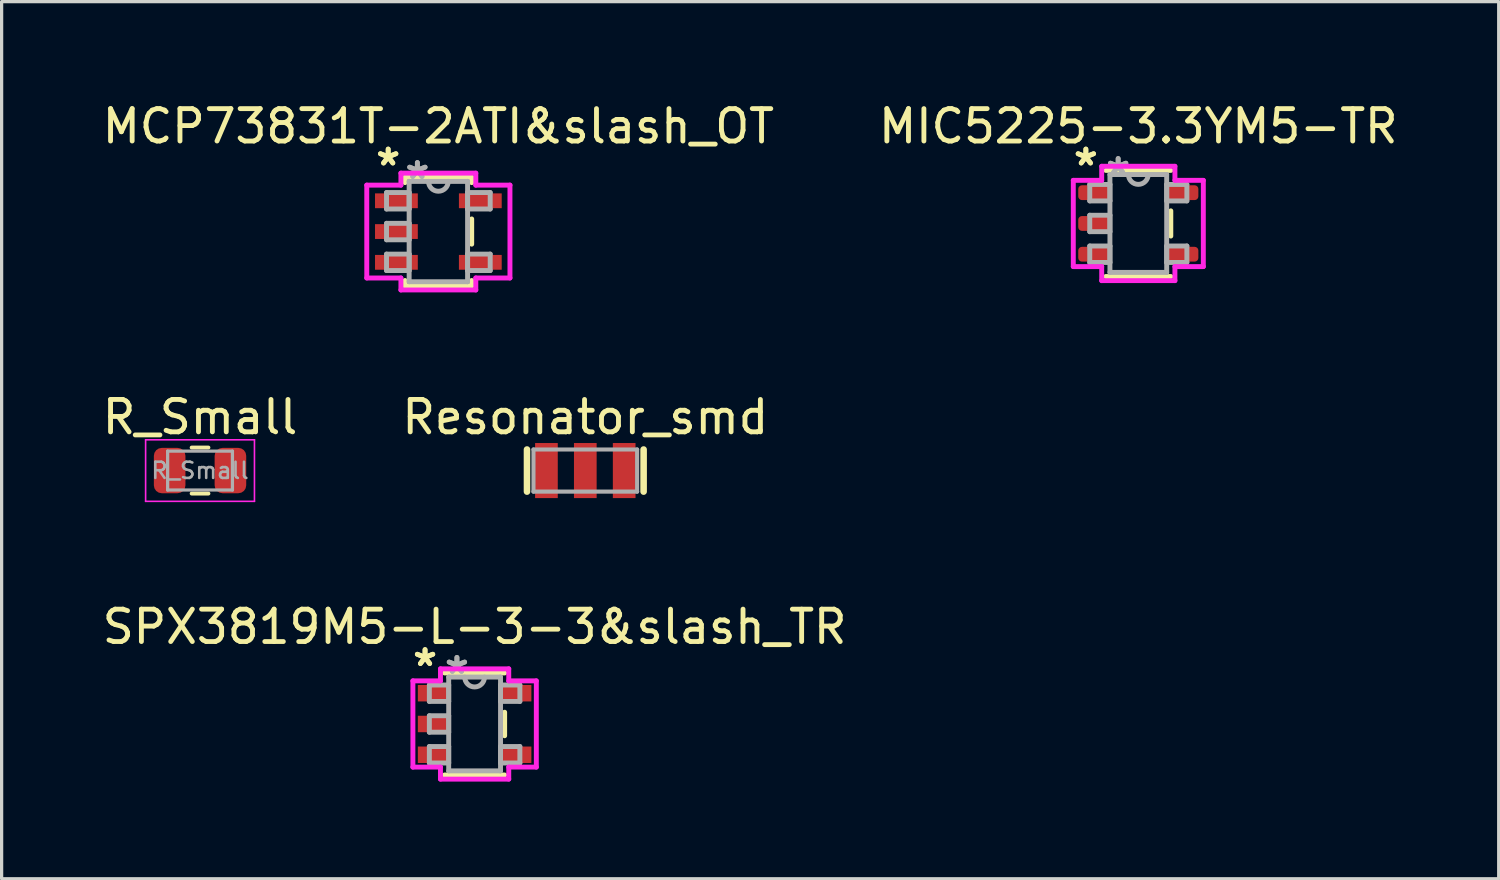
<source format=kicad_pcb>
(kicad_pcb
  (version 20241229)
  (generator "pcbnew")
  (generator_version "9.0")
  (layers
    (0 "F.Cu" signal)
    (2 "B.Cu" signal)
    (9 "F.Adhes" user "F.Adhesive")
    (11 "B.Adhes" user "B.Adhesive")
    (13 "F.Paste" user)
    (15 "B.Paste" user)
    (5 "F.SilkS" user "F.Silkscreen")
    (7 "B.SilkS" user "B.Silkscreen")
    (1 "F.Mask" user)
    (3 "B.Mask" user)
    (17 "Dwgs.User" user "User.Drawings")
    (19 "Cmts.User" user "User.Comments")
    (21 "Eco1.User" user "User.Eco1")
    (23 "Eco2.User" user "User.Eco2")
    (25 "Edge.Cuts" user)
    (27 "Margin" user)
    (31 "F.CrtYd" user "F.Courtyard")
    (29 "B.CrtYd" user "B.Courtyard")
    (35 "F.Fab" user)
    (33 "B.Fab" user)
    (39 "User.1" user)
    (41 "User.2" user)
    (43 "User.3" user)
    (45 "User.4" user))
  (footprint "SPX3819M5-L-3-3&slash_TR"
    (layer "F.Cu")
    (at 11.601 19.299)
    (property "Reference" "SPX3819M5-L-3-3&slash_TR" (at 0 -3 0) (layer "F.SilkS") (effects (font (size 1 1) (thickness 0.15))))
    (attr smd)
    (fp_line (start -0.927 1.575) (end 0.927 1.575) (stroke (width 0.152) (type solid)) (layer "F.SilkS"))
    (fp_line (start 0.927 -1.575) (end -0.927 -1.575) (stroke (width 0.152) (type solid)) (layer "F.SilkS"))
    (fp_line (start 0.927 0.363) (end 0.927 -0.363) (stroke (width 0.152) (type solid)) (layer "F.SilkS"))
    (fp_line (start -1.905 -1.331) (end -1.054 -1.331) (stroke (width 0.152) (type solid)) (layer "F.CrtYd"))
    (fp_line (start -1.905 1.331) (end -1.905 -1.331) (stroke (width 0.152) (type solid)) (layer "F.CrtYd"))
    (fp_line (start -1.054 -1.702) (end 1.054 -1.702) (stroke (width 0.152) (type solid)) (layer "F.CrtYd"))
    (fp_line (start -1.054 -1.331) (end -1.054 -1.702) (stroke (width 0.152) (type solid)) (layer "F.CrtYd"))
    (fp_line (start -1.054 1.331) (end -1.905 1.331) (stroke (width 0.152) (type solid)) (layer "F.CrtYd"))
    (fp_line (start -1.054 1.702) (end -1.054 1.331) (stroke (width 0.152) (type solid)) (layer "F.CrtYd"))
    (fp_line (start 1.054 -1.702) (end 1.054 -1.331) (stroke (width 0.152) (type solid)) (layer "F.CrtYd"))
    (fp_line (start 1.054 -1.331) (end 1.905 -1.331) (stroke (width 0.152) (type solid)) (layer "F.CrtYd"))
    (fp_line (start 1.054 1.331) (end 1.054 1.702) (stroke (width 0.152) (type solid)) (layer "F.CrtYd"))
    (fp_line (start 1.054 1.702) (end -1.054 1.702) (stroke (width 0.152) (type solid)) (layer "F.CrtYd"))
    (fp_line (start 1.905 -1.331) (end 1.905 1.331) (stroke (width 0.152) (type solid)) (layer "F.CrtYd"))
    (fp_line (start 1.905 1.331) (end 1.054 1.331) (stroke (width 0.152) (type solid)) (layer "F.CrtYd"))
    (fp_line (start -1.397 -1.204) (end -1.397 -0.696) (stroke (width 0.152) (type solid)) (layer "F.Fab"))
    (fp_line (start -1.397 -0.696) (end -0.8 -0.696) (stroke (width 0.152) (type solid)) (layer "F.Fab"))
    (fp_line (start -1.397 -0.254) (end -1.397 0.254) (stroke (width 0.152) (type solid)) (layer "F.Fab"))
    (fp_line (start -1.397 0.254) (end -0.8 0.254) (stroke (width 0.152) (type solid)) (layer "F.Fab"))
    (fp_line (start -1.397 0.696) (end -1.397 1.204) (stroke (width 0.152) (type solid)) (layer "F.Fab"))
    (fp_line (start -1.397 1.204) (end -0.8 1.204) (stroke (width 0.152) (type solid)) (layer "F.Fab"))
    (fp_line (start -0.8 -1.448) (end -0.8 1.448) (stroke (width 0.152) (type solid)) (layer "F.Fab"))
    (fp_line (start -0.8 -1.204) (end -1.397 -1.204) (stroke (width 0.152) (type solid)) (layer "F.Fab"))
    (fp_line (start -0.8 -0.696) (end -0.8 -1.204) (stroke (width 0.152) (type solid)) (layer "F.Fab"))
    (fp_line (start -0.8 -0.254) (end -1.397 -0.254) (stroke (width 0.152) (type solid)) (layer "F.Fab"))
    (fp_line (start -0.8 0.254) (end -0.8 -0.254) (stroke (width 0.152) (type solid)) (layer "F.Fab"))
    (fp_line (start -0.8 0.696) (end -1.397 0.696) (stroke (width 0.152) (type solid)) (layer "F.Fab"))
    (fp_line (start -0.8 1.204) (end -0.8 0.696) (stroke (width 0.152) (type solid)) (layer "F.Fab"))
    (fp_line (start -0.8 1.448) (end 0.8 1.448) (stroke (width 0.152) (type solid)) (layer "F.Fab"))
    (fp_line (start 0.8 -1.448) (end -0.8 -1.448) (stroke (width 0.152) (type solid)) (layer "F.Fab"))
    (fp_line (start 0.8 -1.204) (end 0.8 -0.696) (stroke (width 0.152) (type solid)) (layer "F.Fab"))
    (fp_line (start 0.8 -0.696) (end 1.397 -0.696) (stroke (width 0.152) (type solid)) (layer "F.Fab"))
    (fp_line (start 0.8 0.696) (end 0.8 1.204) (stroke (width 0.152) (type solid)) (layer "F.Fab"))
    (fp_line (start 0.8 1.204) (end 1.397 1.204) (stroke (width 0.152) (type solid)) (layer "F.Fab"))
    (fp_line (start 0.8 1.448) (end 0.8 -1.448) (stroke (width 0.152) (type solid)) (layer "F.Fab"))
    (fp_line (start 1.397 -1.204) (end 0.8 -1.204) (stroke (width 0.152) (type solid)) (layer "F.Fab"))
    (fp_line (start 1.397 -0.696) (end 1.397 -1.204) (stroke (width 0.152) (type solid)) (layer "F.Fab"))
    (fp_line (start 1.397 0.696) (end 0.8 0.696) (stroke (width 0.152) (type solid)) (layer "F.Fab"))
    (fp_line (start 1.397 1.204) (end 1.397 0.696) (stroke (width 0.152) (type solid)) (layer "F.Fab"))
    (fp_arc (start 0.3048 -1.4478) (mid 0 -1.143) (end -0.3048 -1.4478) (stroke (width 0.1524) (type solid)) (layer "F.Fab"))
    (fp_text user "*" (at -1.53 -1.75 0) (layer "F.SilkS") (effects (font (size 1 1) (thickness 0.15))))
    (fp_text user "*" (at -1.53 -1.75 0) (layer "F.SilkS") (effects (font (size 1 1) (thickness 0.15))))
    (fp_text user "*" (at -0.546 -1.509 0) (layer "F.Fab") (effects (font (size 1 1) (thickness 0.15))))
    (fp_text user "*" (at -0.546 -1.509 0) (layer "F.Fab") (effects (font (size 1 1) (thickness 0.15))))
    (pad "1" smd rect (at -1.276 -0.95) (size 0.953 0.508) (layers "F.Cu" "F.Mask" "F.Paste"))
    (pad "2" smd rect (at -1.276 0) (size 0.953 0.508) (layers "F.Cu" "F.Mask" "F.Paste"))
    (pad "3" smd rect (at -1.276 0.95) (size 0.953 0.508) (layers "F.Cu" "F.Mask" "F.Paste"))
    (pad "4" smd rect (at 1.276 0.95) (size 0.953 0.508) (layers "F.Cu" "F.Mask" "F.Paste"))
    (pad "5" smd rect (at 1.276 -0.95) (size 0.953 0.508) (layers "F.Cu" "F.Mask" "F.Paste")))
  (footprint "Resonator_smd"
    (layer "F.Cu")
    (at 15.018 11.476)
    (property "Reference" "Resonator_smd" (at 0 -1.65 180) (layer "F.SilkS") (effects (font (size 1 1) (thickness 0.15))))
    (attr smd)
    (fp_line (start -1.8 0.65) (end -1.8 -0.65) (stroke (width 0.203) (type solid)) (layer "F.SilkS"))
    (fp_line (start 1.8 -0.65) (end 1.8 0.65) (stroke (width 0.203) (type solid)) (layer "F.SilkS"))
    (fp_line (start -1.6 -0.65) (end 1.6 -0.65) (stroke (width 0.127) (type solid)) (layer "F.Fab"))
    (fp_line (start -1.6 0.65) (end -1.6 -0.65) (stroke (width 0.127) (type solid)) (layer "F.Fab"))
    (fp_line (start 1.6 -0.65) (end 1.6 0.65) (stroke (width 0.127) (type solid)) (layer "F.Fab"))
    (fp_line (start 1.6 0.65) (end -1.6 0.65) (stroke (width 0.127) (type solid)) (layer "F.Fab"))
    (pad "1" smd rect (at -1.2 0) (size 0.7 1.7) (layers "F.Cu" "F.Mask" "F.Paste"))
    (pad "2" smd rect (at 0 0) (size 0.7 1.7) (layers "F.Cu" "F.Mask" "F.Paste"))
    (pad "3" smd rect (at 1.2 0) (size 0.7 1.7) (layers "F.Cu" "F.Mask" "F.Paste")))
  (footprint "MIC5225-3.3YM5-TR"
    (layer "F.Cu")
    (at 32.089 3.848)
    (property "Reference" "MIC5225-3.3YM5-TR" (at 0 -3 0) (layer "F.SilkS") (effects (font (size 1 1) (thickness 0.15))))
    (attr smd)
    (fp_line (start -1.003 1.638) (end 1.003 1.638) (stroke (width 0.152) (type solid)) (layer "F.SilkS"))
    (fp_line (start 1.003 -1.638) (end -1.003 -1.638) (stroke (width 0.152) (type solid)) (layer "F.SilkS"))
    (fp_line (start 1.003 0.389) (end 1.003 -0.389) (stroke (width 0.152) (type solid)) (layer "F.SilkS"))
    (fp_line (start -2.007 -1.331) (end -1.13 -1.331) (stroke (width 0.152) (type solid)) (layer "F.CrtYd"))
    (fp_line (start -2.007 1.331) (end -2.007 -1.331) (stroke (width 0.152) (type solid)) (layer "F.CrtYd"))
    (fp_line (start -1.13 -1.765) (end 1.13 -1.765) (stroke (width 0.152) (type solid)) (layer "F.CrtYd"))
    (fp_line (start -1.13 -1.331) (end -1.13 -1.765) (stroke (width 0.152) (type solid)) (layer "F.CrtYd"))
    (fp_line (start -1.13 1.331) (end -2.007 1.331) (stroke (width 0.152) (type solid)) (layer "F.CrtYd"))
    (fp_line (start -1.13 1.765) (end -1.13 1.331) (stroke (width 0.152) (type solid)) (layer "F.CrtYd"))
    (fp_line (start 1.13 -1.765) (end 1.13 -1.331) (stroke (width 0.152) (type solid)) (layer "F.CrtYd"))
    (fp_line (start 1.13 -1.331) (end 2.007 -1.331) (stroke (width 0.152) (type solid)) (layer "F.CrtYd"))
    (fp_line (start 1.13 1.331) (end 1.13 1.765) (stroke (width 0.152) (type solid)) (layer "F.CrtYd"))
    (fp_line (start 1.13 1.765) (end -1.13 1.765) (stroke (width 0.152) (type solid)) (layer "F.CrtYd"))
    (fp_line (start 2.007 -1.331) (end 2.007 1.331) (stroke (width 0.152) (type solid)) (layer "F.CrtYd"))
    (fp_line (start 2.007 1.331) (end 1.13 1.331) (stroke (width 0.152) (type solid)) (layer "F.CrtYd"))
    (fp_line (start -1.499 -1.204) (end -1.499 -0.696) (stroke (width 0.152) (type solid)) (layer "F.Fab"))
    (fp_line (start -1.499 -0.696) (end -0.876 -0.696) (stroke (width 0.152) (type solid)) (layer "F.Fab"))
    (fp_line (start -1.499 -0.254) (end -1.499 0.254) (stroke (width 0.152) (type solid)) (layer "F.Fab"))
    (fp_line (start -1.499 0.254) (end -0.876 0.254) (stroke (width 0.152) (type solid)) (layer "F.Fab"))
    (fp_line (start -1.499 0.696) (end -1.499 1.204) (stroke (width 0.152) (type solid)) (layer "F.Fab"))
    (fp_line (start -1.499 1.204) (end -0.876 1.204) (stroke (width 0.152) (type solid)) (layer "F.Fab"))
    (fp_line (start -0.876 -1.511) (end -0.876 1.511) (stroke (width 0.152) (type solid)) (layer "F.Fab"))
    (fp_line (start -0.876 -1.204) (end -1.499 -1.204) (stroke (width 0.152) (type solid)) (layer "F.Fab"))
    (fp_line (start -0.876 -0.696) (end -0.876 -1.204) (stroke (width 0.152) (type solid)) (layer "F.Fab"))
    (fp_line (start -0.876 -0.254) (end -1.499 -0.254) (stroke (width 0.152) (type solid)) (layer "F.Fab"))
    (fp_line (start -0.876 0.254) (end -0.876 -0.254) (stroke (width 0.152) (type solid)) (layer "F.Fab"))
    (fp_line (start -0.876 0.696) (end -1.499 0.696) (stroke (width 0.152) (type solid)) (layer "F.Fab"))
    (fp_line (start -0.876 1.204) (end -0.876 0.696) (stroke (width 0.152) (type solid)) (layer "F.Fab"))
    (fp_line (start -0.876 1.511) (end 0.876 1.511) (stroke (width 0.152) (type solid)) (layer "F.Fab"))
    (fp_line (start 0.876 -1.511) (end -0.876 -1.511) (stroke (width 0.152) (type solid)) (layer "F.Fab"))
    (fp_line (start 0.876 -1.204) (end 0.876 -0.696) (stroke (width 0.152) (type solid)) (layer "F.Fab"))
    (fp_line (start 0.876 -0.696) (end 1.499 -0.696) (stroke (width 0.152) (type solid)) (layer "F.Fab"))
    (fp_line (start 0.876 0.696) (end 0.876 1.204) (stroke (width 0.152) (type solid)) (layer "F.Fab"))
    (fp_line (start 0.876 1.204) (end 1.499 1.204) (stroke (width 0.152) (type solid)) (layer "F.Fab"))
    (fp_line (start 0.876 1.511) (end 0.876 -1.511) (stroke (width 0.152) (type solid)) (layer "F.Fab"))
    (fp_line (start 1.499 -1.204) (end 0.876 -1.204) (stroke (width 0.152) (type solid)) (layer "F.Fab"))
    (fp_line (start 1.499 -0.696) (end 1.499 -1.204) (stroke (width 0.152) (type solid)) (layer "F.Fab"))
    (fp_line (start 1.499 0.696) (end 0.876 0.696) (stroke (width 0.152) (type solid)) (layer "F.Fab"))
    (fp_line (start 1.499 1.204) (end 1.499 0.696) (stroke (width 0.152) (type solid)) (layer "F.Fab"))
    (fp_arc (start 0.3048 -1.5113) (mid 0 -1.2065) (end -0.3048 -1.5113) (stroke (width 0.1524) (type solid)) (layer "F.Fab"))
    (fp_text user "*" (at -1.619 -1.75 0) (layer "F.SilkS") (effects (font (size 1 1) (thickness 0.15))))
    (fp_text user "*" (at -1.619 -1.75 0) (layer "F.SilkS") (effects (font (size 1 1) (thickness 0.15))))
    (fp_text user "*" (at -0.622 -1.458 0) (layer "F.Fab") (effects (font (size 1 1) (thickness 0.15))))
    (fp_text user "*" (at -0.622 -1.458 0) (layer "F.Fab") (effects (font (size 1 1) (thickness 0.15))))
    (pad "1" smd roundrect (at -1.365 -0.95) (size 0.978 0.457) (layers "F.Cu" "F.Mask" "F.Paste") (roundrect_rratio 0.25))
    (pad "2" smd roundrect (at -1.365 0) (size 0.978 0.457) (layers "F.Cu" "F.Mask" "F.Paste") (roundrect_rratio 0.25))
    (pad "3" smd roundrect (at -1.365 0.95) (size 0.978 0.457) (layers "F.Cu" "F.Mask" "F.Paste") (roundrect_rratio 0.25))
    (pad "4" smd roundrect (at 1.365 0.95) (size 0.978 0.457) (layers "F.Cu" "F.Mask" "F.Paste") (roundrect_rratio 0.25))
    (pad "5" smd roundrect (at 1.365 -0.95) (size 0.978 0.457) (layers "F.Cu" "F.Mask" "F.Paste") (roundrect_rratio 0.25)))
  (footprint "MCP73831T-2ATI&slash_OT"
    (layer "F.Cu")
    (at 10.482 4.098)
    (property "Reference" "MCP73831T-2ATI&slash_OT" (at 0 -3.25 0) (layer "F.SilkS") (effects (font (size 1 1) (thickness 0.15))))
    (attr smd)
    (fp_line (start -1.029 -1.676) (end -1.029 -1.511) (stroke (width 0.152) (type solid)) (layer "F.SilkS"))
    (fp_line (start -1.029 1.511) (end -1.029 1.676) (stroke (width 0.152) (type solid)) (layer "F.SilkS"))
    (fp_line (start -1.029 1.676) (end 1.029 1.676) (stroke (width 0.152) (type solid)) (layer "F.SilkS"))
    (fp_line (start 1.029 -1.676) (end -1.029 -1.676) (stroke (width 0.152) (type solid)) (layer "F.SilkS"))
    (fp_line (start 1.029 -1.511) (end 1.029 -1.676) (stroke (width 0.152) (type solid)) (layer "F.SilkS"))
    (fp_line (start 1.029 0.389) (end 1.029 -0.389) (stroke (width 0.152) (type solid)) (layer "F.SilkS"))
    (fp_line (start 1.029 1.676) (end 1.029 1.511) (stroke (width 0.152) (type solid)) (layer "F.SilkS"))
    (fp_line (start -2.21 -1.433) (end -1.156 -1.433) (stroke (width 0.152) (type solid)) (layer "F.CrtYd"))
    (fp_line (start -2.21 1.433) (end -2.21 -1.433) (stroke (width 0.152) (type solid)) (layer "F.CrtYd"))
    (fp_line (start -1.156 -1.803) (end 1.156 -1.803) (stroke (width 0.152) (type solid)) (layer "F.CrtYd"))
    (fp_line (start -1.156 -1.433) (end -1.156 -1.803) (stroke (width 0.152) (type solid)) (layer "F.CrtYd"))
    (fp_line (start -1.156 1.433) (end -2.21 1.433) (stroke (width 0.152) (type solid)) (layer "F.CrtYd"))
    (fp_line (start -1.156 1.803) (end -1.156 1.433) (stroke (width 0.152) (type solid)) (layer "F.CrtYd"))
    (fp_line (start 1.156 -1.803) (end 1.156 -1.433) (stroke (width 0.152) (type solid)) (layer "F.CrtYd"))
    (fp_line (start 1.156 -1.433) (end 2.21 -1.433) (stroke (width 0.152) (type solid)) (layer "F.CrtYd"))
    (fp_line (start 1.156 1.433) (end 1.156 1.803) (stroke (width 0.152) (type solid)) (layer "F.CrtYd"))
    (fp_line (start 1.156 1.803) (end -1.156 1.803) (stroke (width 0.152) (type solid)) (layer "F.CrtYd"))
    (fp_line (start 2.21 -1.433) (end 2.21 1.433) (stroke (width 0.152) (type solid)) (layer "F.CrtYd"))
    (fp_line (start 2.21 1.433) (end 1.156 1.433) (stroke (width 0.152) (type solid)) (layer "F.CrtYd"))
    (fp_line (start -1.6 -1.204) (end -1.6 -0.696) (stroke (width 0.152) (type solid)) (layer "F.Fab"))
    (fp_line (start -1.6 -0.696) (end -0.902 -0.696) (stroke (width 0.152) (type solid)) (layer "F.Fab"))
    (fp_line (start -1.6 -0.254) (end -1.6 0.254) (stroke (width 0.152) (type solid)) (layer "F.Fab"))
    (fp_line (start -1.6 0.254) (end -0.902 0.254) (stroke (width 0.152) (type solid)) (layer "F.Fab"))
    (fp_line (start -1.6 0.696) (end -1.6 1.204) (stroke (width 0.152) (type solid)) (layer "F.Fab"))
    (fp_line (start -1.6 1.204) (end -0.902 1.204) (stroke (width 0.152) (type solid)) (layer "F.Fab"))
    (fp_line (start -0.902 -1.549) (end -0.902 1.549) (stroke (width 0.152) (type solid)) (layer "F.Fab"))
    (fp_line (start -0.902 -1.204) (end -1.6 -1.204) (stroke (width 0.152) (type solid)) (layer "F.Fab"))
    (fp_line (start -0.902 -0.696) (end -0.902 -1.204) (stroke (width 0.152) (type solid)) (layer "F.Fab"))
    (fp_line (start -0.902 -0.254) (end -1.6 -0.254) (stroke (width 0.152) (type solid)) (layer "F.Fab"))
    (fp_line (start -0.902 0.254) (end -0.902 -0.254) (stroke (width 0.152) (type solid)) (layer "F.Fab"))
    (fp_line (start -0.902 0.696) (end -1.6 0.696) (stroke (width 0.152) (type solid)) (layer "F.Fab"))
    (fp_line (start -0.902 1.204) (end -0.902 0.696) (stroke (width 0.152) (type solid)) (layer "F.Fab"))
    (fp_line (start -0.902 1.549) (end 0.902 1.549) (stroke (width 0.152) (type solid)) (layer "F.Fab"))
    (fp_line (start 0.902 -1.549) (end -0.902 -1.549) (stroke (width 0.152) (type solid)) (layer "F.Fab"))
    (fp_line (start 0.902 -1.204) (end 0.902 -0.696) (stroke (width 0.152) (type solid)) (layer "F.Fab"))
    (fp_line (start 0.902 -0.696) (end 1.6 -0.696) (stroke (width 0.152) (type solid)) (layer "F.Fab"))
    (fp_line (start 0.902 0.696) (end 0.902 1.204) (stroke (width 0.152) (type solid)) (layer "F.Fab"))
    (fp_line (start 0.902 1.204) (end 1.6 1.204) (stroke (width 0.152) (type solid)) (layer "F.Fab"))
    (fp_line (start 0.902 1.549) (end 0.902 -1.549) (stroke (width 0.152) (type solid)) (layer "F.Fab"))
    (fp_line (start 1.6 -1.204) (end 0.902 -1.204) (stroke (width 0.152) (type solid)) (layer "F.Fab"))
    (fp_line (start 1.6 -0.696) (end 1.6 -1.204) (stroke (width 0.152) (type solid)) (layer "F.Fab"))
    (fp_line (start 1.6 0.696) (end 0.902 0.696) (stroke (width 0.152) (type solid)) (layer "F.Fab"))
    (fp_line (start 1.6 1.204) (end 1.6 0.696) (stroke (width 0.152) (type solid)) (layer "F.Fab"))
    (fp_arc (start 0.3048 -1.5494) (mid 0 -1.2446) (end -0.3048 -1.5494) (stroke (width 0.1524) (type solid)) (layer "F.Fab"))
    (fp_text user "*" (at -1.549 -2 0) (layer "F.SilkS") (effects (font (size 1 1) (thickness 0.15))))
    (fp_text user "*" (at -1.549 -2 0) (layer "F.SilkS") (effects (font (size 1 1) (thickness 0.15))))
    (fp_text user "*" (at -0.648 -1.585 0) (layer "F.Fab") (effects (font (size 1 1) (thickness 0.15))))
    (fp_text user "*" (at -0.648 -1.585 0) (layer "F.Fab") (effects (font (size 1 1) (thickness 0.15))))
    (pad "1" smd rect (at -1.295 -0.95) (size 1.321 0.457) (layers "F.Cu" "F.Mask" "F.Paste"))
    (pad "2" smd rect (at -1.295 0) (size 1.321 0.457) (layers "F.Cu" "F.Mask" "F.Paste"))
    (pad "3" smd rect (at -1.295 0.95) (size 1.321 0.457) (layers "F.Cu" "F.Mask" "F.Paste"))
    (pad "4" smd rect (at 1.295 0.95) (size 1.321 0.457) (layers "F.Cu" "F.Mask" "F.Paste"))
    (pad "5" smd rect (at 1.295 -0.95) (size 1.321 0.457) (layers "F.Cu" "F.Mask" "F.Paste")))
  (footprint "R_Small"
    (layer "F.Cu")
    (at 3.125 11.476)
    (property "Reference" "R_Small" (at 0 -1.65 0) (layer "F.SilkS") (effects (font (size 1 1) (thickness 0.15))))
    (attr smd)
    (fp_line (start -0.259 -0.71) (end 0.259 -0.71) (stroke (width 0.12) (type solid)) (layer "F.SilkS"))
    (fp_line (start -0.259 0.71) (end 0.259 0.71) (stroke (width 0.12) (type solid)) (layer "F.SilkS"))
    (fp_line (start -1.68 -0.95) (end 1.68 -0.95) (stroke (width 0.05) (type solid)) (layer "F.CrtYd"))
    (fp_line (start -1.68 0.95) (end -1.68 -0.95) (stroke (width 0.05) (type solid)) (layer "F.CrtYd"))
    (fp_line (start 1.68 -0.95) (end 1.68 0.95) (stroke (width 0.05) (type solid)) (layer "F.CrtYd"))
    (fp_line (start 1.68 0.95) (end -1.68 0.95) (stroke (width 0.05) (type solid)) (layer "F.CrtYd"))
    (fp_line (start -1 -0.6) (end 1 -0.6) (stroke (width 0.1) (type solid)) (layer "F.Fab"))
    (fp_line (start -1 0.6) (end -1 -0.6) (stroke (width 0.1) (type solid)) (layer "F.Fab"))
    (fp_line (start 1 -0.6) (end 1 0.6) (stroke (width 0.1) (type solid)) (layer "F.Fab"))
    (fp_line (start 1 0.6) (end -1 0.6) (stroke (width 0.1) (type solid)) (layer "F.Fab"))
    (fp_text user "${REFERENCE}" (at 0 0 0) (layer "F.Fab") (effects (font (size 0.5 0.5) (thickness 0.08))))
    (pad "1" smd roundrect (at -0.938 0) (size 0.975 1.4) (layers "F.Cu" "F.Mask" "F.Paste") (roundrect_rratio 0.25))
    (pad "2" smd roundrect (at 0.938 0) (size 0.975 1.4) (layers "F.Cu" "F.Mask" "F.Paste") (roundrect_rratio 0.25)))
  (gr_rect
    (start -3 -3)
    (end 43.214 24.077)
    (stroke (width 0.1) (type default))
    (fill no)
    (layer "Edge.Cuts")))
</source>
